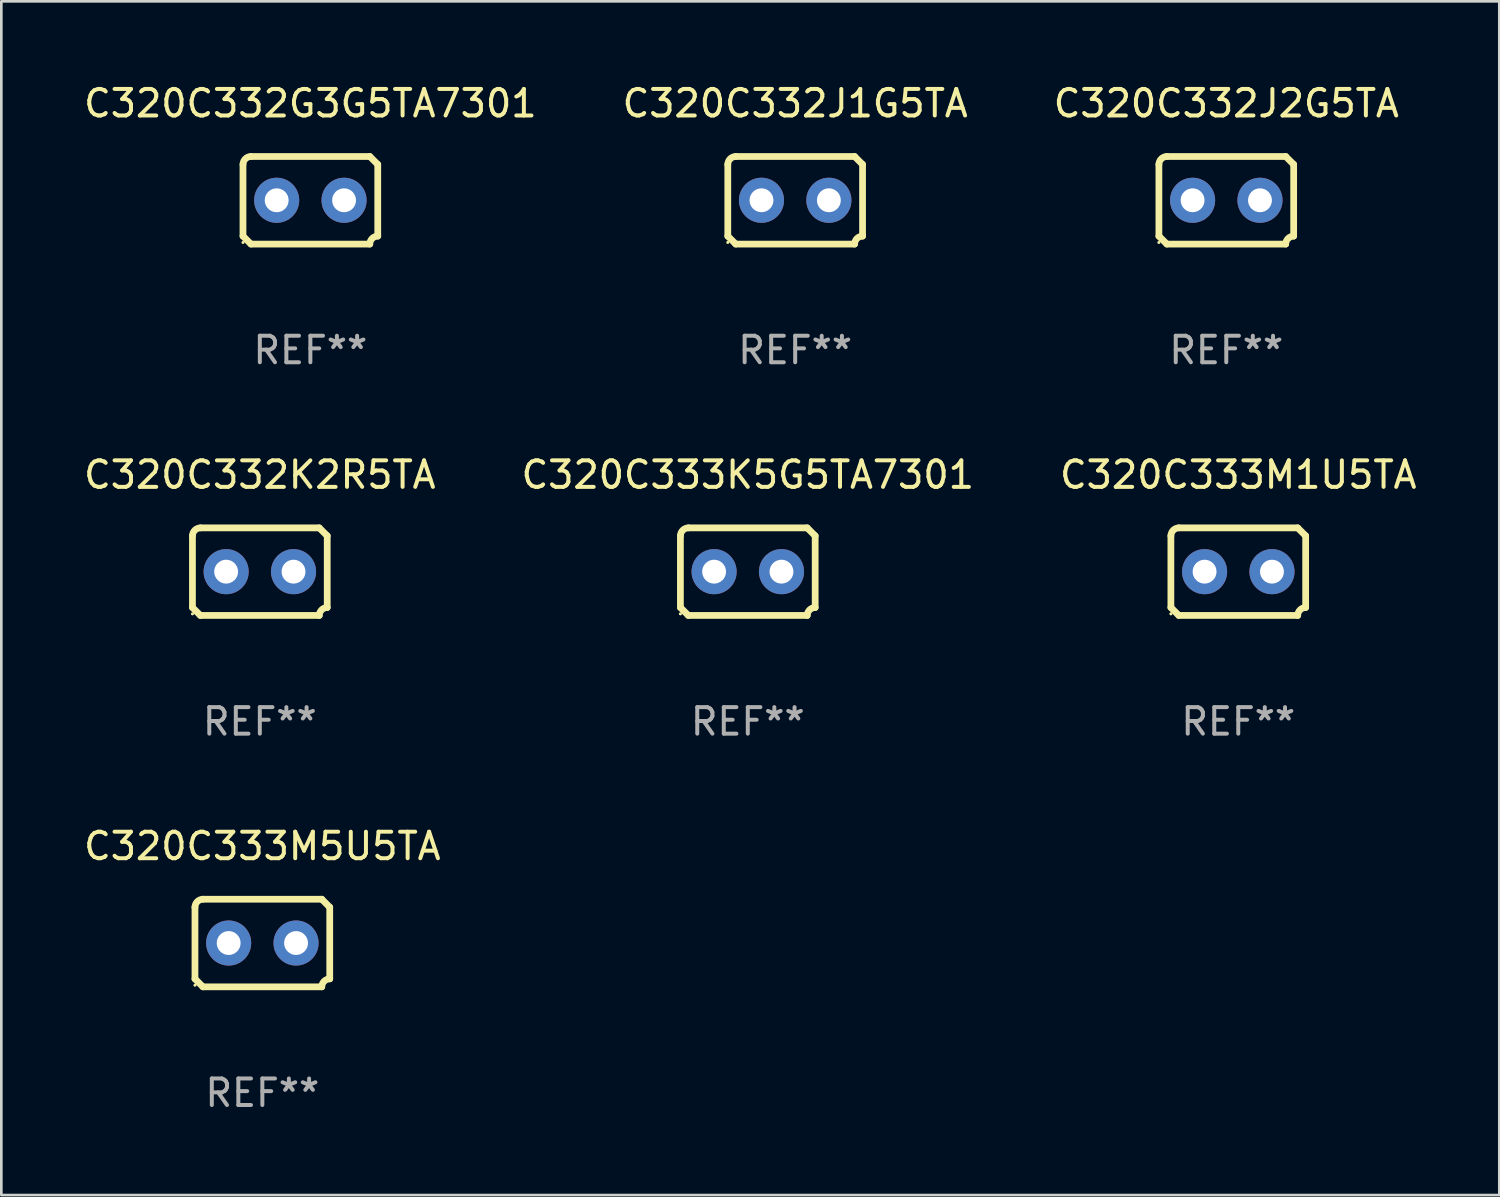
<source format=kicad_pcb>
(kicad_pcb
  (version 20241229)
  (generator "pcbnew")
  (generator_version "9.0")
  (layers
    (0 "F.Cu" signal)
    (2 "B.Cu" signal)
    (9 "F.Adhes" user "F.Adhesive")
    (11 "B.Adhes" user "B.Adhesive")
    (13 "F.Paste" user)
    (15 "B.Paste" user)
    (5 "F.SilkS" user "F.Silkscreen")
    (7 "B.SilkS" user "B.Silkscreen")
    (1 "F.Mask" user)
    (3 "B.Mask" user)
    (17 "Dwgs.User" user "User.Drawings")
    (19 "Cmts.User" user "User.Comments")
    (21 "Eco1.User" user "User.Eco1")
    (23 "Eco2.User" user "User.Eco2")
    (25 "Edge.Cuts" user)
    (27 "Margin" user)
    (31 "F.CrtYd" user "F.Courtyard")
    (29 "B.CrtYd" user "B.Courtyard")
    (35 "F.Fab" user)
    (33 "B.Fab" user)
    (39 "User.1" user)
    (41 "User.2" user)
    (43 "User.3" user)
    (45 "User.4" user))
  (footprint "C320C332G3G5TA7301"
    (layer "F.Cu")
    (at 8.649 4.499)
    (property "Reference" "C320C332G3G5TA7301" (at 0 -3.651 0) (layer "F.SilkS") (effects (font (size 1 1) (thickness 0.15))))
    (attr through_hole)
    (fp_line (start -2.54 -1.351) (end -2.54 1.351) (stroke (width 0.254) (type solid)) (layer "F.SilkS"))
    (fp_line (start -2.24 -1.651) (end 2.24 -1.651) (stroke (width 0.254) (type solid)) (layer "F.SilkS"))
    (fp_line (start 2.24 1.651) (end -2.24 1.651) (stroke (width 0.254) (type solid)) (layer "F.SilkS"))
    (fp_line (start 2.54 1.351) (end 2.54 -1.351) (stroke (width 0.254) (type solid)) (layer "F.SilkS"))
    (fp_arc (start -2.540005 -1.351283) (mid -2.450115 -1.561309) (end -2.240005 -1.651003) (stroke (width 0.254001) (type solid)) (layer "F.SilkS"))
    (fp_arc (start -2.240287 1.651001) (mid -2.390163 1.501019) (end -2.540005 1.351003) (stroke (width 0.254001) (type solid)) (layer "F.SilkS"))
    (fp_arc (start 2.240005 1.651003) (mid 2.329934 1.441015) (end 2.540005 1.351282) (stroke (width 0.254001) (type solid)) (layer "F.SilkS"))
    (fp_arc (start 2.540005 -1.351003) (mid 2.389393 -1.500252) (end 2.240284 -1.651003) (stroke (width 0.254001) (type solid)) (layer "F.SilkS"))
    (fp_circle (center -2.54 1.59) (end -2.51 1.59) (stroke (width 0.06) (type solid)) (fill no) (layer "F.SilkS"))
    (fp_text user "REF**" (at 0 5.651 0) (layer "F.Fab") (effects (font (size 1 1) (thickness 0.15))))
    (pad "1" thru_hole circle (at -1.27 0) (size 1.7 1.7) (drill 0.9) (layers "*.Cu" "*.Mask"))
    (pad "2" thru_hole circle (at 1.27 0) (size 1.7 1.7) (drill 0.9) (layers "*.Cu" "*.Mask")))
  (footprint "C320C333K5G5TA7301"
    (layer "F.Cu")
    (at 25.137 18.498)
    (property "Reference" "C320C333K5G5TA7301" (at 0 -3.651 0) (layer "F.SilkS") (effects (font (size 1 1) (thickness 0.15))))
    (attr through_hole)
    (fp_line (start -2.54 -1.351) (end -2.54 1.351) (stroke (width 0.254) (type solid)) (layer "F.SilkS"))
    (fp_line (start -2.24 -1.651) (end 2.24 -1.651) (stroke (width 0.254) (type solid)) (layer "F.SilkS"))
    (fp_line (start 2.24 1.651) (end -2.24 1.651) (stroke (width 0.254) (type solid)) (layer "F.SilkS"))
    (fp_line (start 2.54 1.351) (end 2.54 -1.351) (stroke (width 0.254) (type solid)) (layer "F.SilkS"))
    (fp_arc (start -2.540005 -1.351283) (mid -2.450115 -1.561309) (end -2.240005 -1.651003) (stroke (width 0.254001) (type solid)) (layer "F.SilkS"))
    (fp_arc (start -2.240287 1.651001) (mid -2.390163 1.501019) (end -2.540005 1.351003) (stroke (width 0.254001) (type solid)) (layer "F.SilkS"))
    (fp_arc (start 2.240005 1.651003) (mid 2.329934 1.441015) (end 2.540005 1.351282) (stroke (width 0.254001) (type solid)) (layer "F.SilkS"))
    (fp_arc (start 2.540005 -1.351003) (mid 2.389393 -1.500252) (end 2.240284 -1.651003) (stroke (width 0.254001) (type solid)) (layer "F.SilkS"))
    (fp_circle (center -2.54 1.59) (end -2.51 1.59) (stroke (width 0.06) (type solid)) (fill no) (layer "F.SilkS"))
    (fp_text user "REF**" (at 0 5.651 0) (layer "F.Fab") (effects (font (size 1 1) (thickness 0.15))))
    (pad "1" thru_hole circle (at -1.27 0) (size 1.7 1.7) (drill 0.9) (layers "*.Cu" "*.Mask"))
    (pad "2" thru_hole circle (at 1.27 0) (size 1.7 1.7) (drill 0.9) (layers "*.Cu" "*.Mask")))
  (footprint "C320C332J1G5TA"
    (layer "F.Cu")
    (at 26.923 4.499)
    (property "Reference" "C320C332J1G5TA" (at 0 -3.651 0) (layer "F.SilkS") (effects (font (size 1 1) (thickness 0.15))))
    (attr through_hole)
    (fp_line (start -2.54 -1.351) (end -2.54 1.351) (stroke (width 0.254) (type solid)) (layer "F.SilkS"))
    (fp_line (start -2.24 -1.651) (end 2.24 -1.651) (stroke (width 0.254) (type solid)) (layer "F.SilkS"))
    (fp_line (start 2.24 1.651) (end -2.24 1.651) (stroke (width 0.254) (type solid)) (layer "F.SilkS"))
    (fp_line (start 2.54 1.351) (end 2.54 -1.351) (stroke (width 0.254) (type solid)) (layer "F.SilkS"))
    (fp_arc (start -2.540005 -1.351283) (mid -2.450115 -1.561309) (end -2.240005 -1.651003) (stroke (width 0.254001) (type solid)) (layer "F.SilkS"))
    (fp_arc (start -2.240287 1.651001) (mid -2.390163 1.501019) (end -2.540005 1.351003) (stroke (width 0.254001) (type solid)) (layer "F.SilkS"))
    (fp_arc (start 2.240005 1.651003) (mid 2.329934 1.441015) (end 2.540005 1.351282) (stroke (width 0.254001) (type solid)) (layer "F.SilkS"))
    (fp_arc (start 2.540005 -1.351003) (mid 2.389393 -1.500252) (end 2.240284 -1.651003) (stroke (width 0.254001) (type solid)) (layer "F.SilkS"))
    (fp_circle (center -2.54 1.59) (end -2.51 1.59) (stroke (width 0.06) (type solid)) (fill no) (layer "F.SilkS"))
    (fp_text user "REF**" (at 0 5.651 0) (layer "F.Fab") (effects (font (size 1 1) (thickness 0.15))))
    (pad "1" thru_hole circle (at -1.27 0) (size 1.7 1.7) (drill 0.9) (layers "*.Cu" "*.Mask"))
    (pad "2" thru_hole circle (at 1.27 0) (size 1.7 1.7) (drill 0.9) (layers "*.Cu" "*.Mask")))
  (footprint "C320C333M5U5TA"
    (layer "F.Cu")
    (at 6.839 32.496)
    (property "Reference" "C320C333M5U5TA" (at 0 -3.651 0) (layer "F.SilkS") (effects (font (size 1 1) (thickness 0.15))))
    (attr through_hole)
    (fp_line (start -2.54 -1.351) (end -2.54 1.351) (stroke (width 0.254) (type solid)) (layer "F.SilkS"))
    (fp_line (start -2.24 -1.651) (end 2.24 -1.651) (stroke (width 0.254) (type solid)) (layer "F.SilkS"))
    (fp_line (start 2.24 1.651) (end -2.24 1.651) (stroke (width 0.254) (type solid)) (layer "F.SilkS"))
    (fp_line (start 2.54 1.351) (end 2.54 -1.351) (stroke (width 0.254) (type solid)) (layer "F.SilkS"))
    (fp_arc (start -2.540005 -1.351283) (mid -2.450115 -1.561309) (end -2.240005 -1.651003) (stroke (width 0.254001) (type solid)) (layer "F.SilkS"))
    (fp_arc (start -2.240287 1.651001) (mid -2.390163 1.501019) (end -2.540005 1.351003) (stroke (width 0.254001) (type solid)) (layer "F.SilkS"))
    (fp_arc (start 2.240005 1.651003) (mid 2.329934 1.441015) (end 2.540005 1.351282) (stroke (width 0.254001) (type solid)) (layer "F.SilkS"))
    (fp_arc (start 2.540005 -1.351003) (mid 2.389393 -1.500252) (end 2.240284 -1.651003) (stroke (width 0.254001) (type solid)) (layer "F.SilkS"))
    (fp_circle (center -2.54 1.59) (end -2.51 1.59) (stroke (width 0.06) (type solid)) (fill no) (layer "F.SilkS"))
    (fp_text user "REF**" (at 0 5.651 0) (layer "F.Fab") (effects (font (size 1 1) (thickness 0.15))))
    (pad "1" thru_hole circle (at -1.27 0) (size 1.7 1.7) (drill 0.9) (layers "*.Cu" "*.Mask"))
    (pad "2" thru_hole circle (at 1.27 0) (size 1.7 1.7) (drill 0.9) (layers "*.Cu" "*.Mask")))
  (footprint "C320C333M1U5TA"
    (layer "F.Cu")
    (at 43.625 18.498)
    (property "Reference" "C320C333M1U5TA" (at 0 -3.651 0) (layer "F.SilkS") (effects (font (size 1 1) (thickness 0.15))))
    (attr through_hole)
    (fp_line (start -2.54 -1.351) (end -2.54 1.351) (stroke (width 0.254) (type solid)) (layer "F.SilkS"))
    (fp_line (start -2.24 -1.651) (end 2.24 -1.651) (stroke (width 0.254) (type solid)) (layer "F.SilkS"))
    (fp_line (start 2.24 1.651) (end -2.24 1.651) (stroke (width 0.254) (type solid)) (layer "F.SilkS"))
    (fp_line (start 2.54 1.351) (end 2.54 -1.351) (stroke (width 0.254) (type solid)) (layer "F.SilkS"))
    (fp_arc (start -2.540005 -1.351283) (mid -2.450115 -1.561309) (end -2.240005 -1.651003) (stroke (width 0.254001) (type solid)) (layer "F.SilkS"))
    (fp_arc (start -2.240287 1.651001) (mid -2.390163 1.501019) (end -2.540005 1.351003) (stroke (width 0.254001) (type solid)) (layer "F.SilkS"))
    (fp_arc (start 2.240005 1.651003) (mid 2.329934 1.441015) (end 2.540005 1.351282) (stroke (width 0.254001) (type solid)) (layer "F.SilkS"))
    (fp_arc (start 2.540005 -1.351003) (mid 2.389393 -1.500252) (end 2.240284 -1.651003) (stroke (width 0.254001) (type solid)) (layer "F.SilkS"))
    (fp_circle (center -2.54 1.59) (end -2.51 1.59) (stroke (width 0.06) (type solid)) (fill no) (layer "F.SilkS"))
    (fp_text user "REF**" (at 0 5.651 0) (layer "F.Fab") (effects (font (size 1 1) (thickness 0.15))))
    (pad "1" thru_hole circle (at -1.27 0) (size 1.7 1.7) (drill 0.9) (layers "*.Cu" "*.Mask"))
    (pad "2" thru_hole circle (at 1.27 0) (size 1.7 1.7) (drill 0.9) (layers "*.Cu" "*.Mask")))
  (footprint "C320C332J2G5TA"
    (layer "F.Cu")
    (at 43.173 4.499)
    (property "Reference" "C320C332J2G5TA" (at 0 -3.651 0) (layer "F.SilkS") (effects (font (size 1 1) (thickness 0.15))))
    (attr through_hole)
    (fp_line (start -2.54 -1.351) (end -2.54 1.351) (stroke (width 0.254) (type solid)) (layer "F.SilkS"))
    (fp_line (start -2.24 -1.651) (end 2.24 -1.651) (stroke (width 0.254) (type solid)) (layer "F.SilkS"))
    (fp_line (start 2.24 1.651) (end -2.24 1.651) (stroke (width 0.254) (type solid)) (layer "F.SilkS"))
    (fp_line (start 2.54 1.351) (end 2.54 -1.351) (stroke (width 0.254) (type solid)) (layer "F.SilkS"))
    (fp_arc (start -2.540005 -1.351283) (mid -2.450115 -1.561309) (end -2.240005 -1.651003) (stroke (width 0.254001) (type solid)) (layer "F.SilkS"))
    (fp_arc (start -2.240287 1.651001) (mid -2.390163 1.501019) (end -2.540005 1.351003) (stroke (width 0.254001) (type solid)) (layer "F.SilkS"))
    (fp_arc (start 2.240005 1.651003) (mid 2.329934 1.441015) (end 2.540005 1.351282) (stroke (width 0.254001) (type solid)) (layer "F.SilkS"))
    (fp_arc (start 2.540005 -1.351003) (mid 2.389393 -1.500252) (end 2.240284 -1.651003) (stroke (width 0.254001) (type solid)) (layer "F.SilkS"))
    (fp_circle (center -2.54 1.59) (end -2.51 1.59) (stroke (width 0.06) (type solid)) (fill no) (layer "F.SilkS"))
    (fp_text user "REF**" (at 0 5.651 0) (layer "F.Fab") (effects (font (size 1 1) (thickness 0.15))))
    (pad "1" thru_hole circle (at -1.27 0) (size 1.7 1.7) (drill 0.9) (layers "*.Cu" "*.Mask"))
    (pad "2" thru_hole circle (at 1.27 0) (size 1.7 1.7) (drill 0.9) (layers "*.Cu" "*.Mask")))
  (footprint "C320C332K2R5TA"
    (layer "F.Cu")
    (at 6.744 18.498)
    (property "Reference" "C320C332K2R5TA" (at 0 -3.651 0) (layer "F.SilkS") (effects (font (size 1 1) (thickness 0.15))))
    (attr through_hole)
    (fp_line (start -2.54 -1.351) (end -2.54 1.351) (stroke (width 0.254) (type solid)) (layer "F.SilkS"))
    (fp_line (start -2.24 -1.651) (end 2.24 -1.651) (stroke (width 0.254) (type solid)) (layer "F.SilkS"))
    (fp_line (start 2.24 1.651) (end -2.24 1.651) (stroke (width 0.254) (type solid)) (layer "F.SilkS"))
    (fp_line (start 2.54 1.351) (end 2.54 -1.351) (stroke (width 0.254) (type solid)) (layer "F.SilkS"))
    (fp_arc (start -2.540005 -1.351283) (mid -2.450115 -1.561309) (end -2.240005 -1.651003) (stroke (width 0.254001) (type solid)) (layer "F.SilkS"))
    (fp_arc (start -2.240287 1.651001) (mid -2.390163 1.501019) (end -2.540005 1.351003) (stroke (width 0.254001) (type solid)) (layer "F.SilkS"))
    (fp_arc (start 2.240005 1.651003) (mid 2.329934 1.441015) (end 2.540005 1.351282) (stroke (width 0.254001) (type solid)) (layer "F.SilkS"))
    (fp_arc (start 2.540005 -1.351003) (mid 2.389393 -1.500252) (end 2.240284 -1.651003) (stroke (width 0.254001) (type solid)) (layer "F.SilkS"))
    (fp_circle (center -2.54 1.59) (end -2.51 1.59) (stroke (width 0.06) (type solid)) (fill no) (layer "F.SilkS"))
    (fp_text user "REF**" (at 0 5.651 0) (layer "F.Fab") (effects (font (size 1 1) (thickness 0.15))))
    (pad "1" thru_hole circle (at -1.27 0) (size 1.7 1.7) (drill 0.9) (layers "*.Cu" "*.Mask"))
    (pad "2" thru_hole circle (at 1.27 0) (size 1.7 1.7) (drill 0.9) (layers "*.Cu" "*.Mask")))
  (gr_rect
    (start -3 -3)
    (end 53.464 41.996)
    (stroke (width 0.1) (type default))
    (fill no)
    (layer "Edge.Cuts")))
</source>
